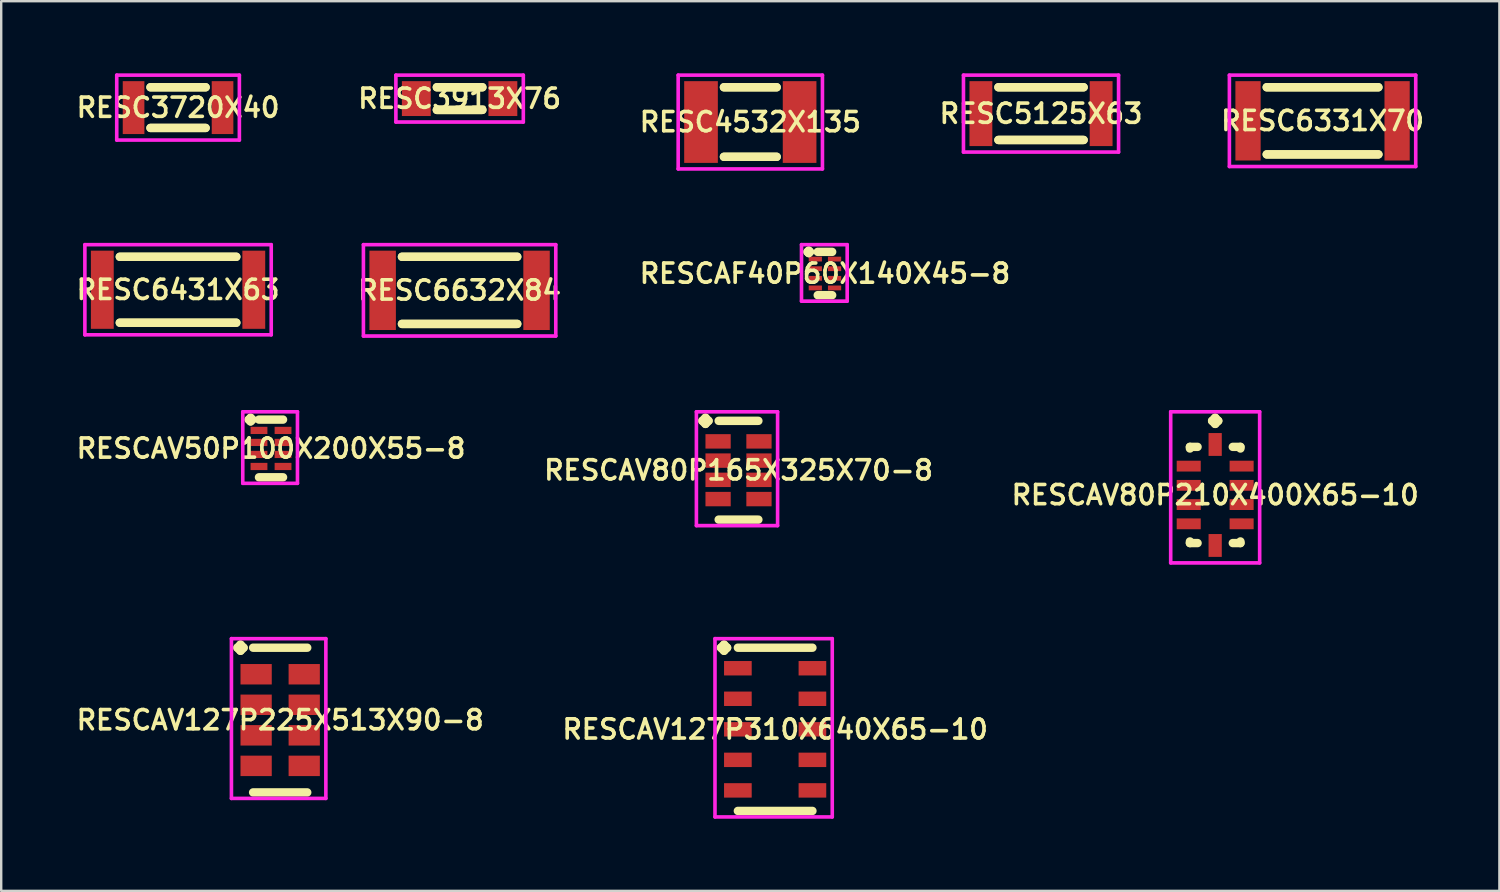
<source format=kicad_pcb>
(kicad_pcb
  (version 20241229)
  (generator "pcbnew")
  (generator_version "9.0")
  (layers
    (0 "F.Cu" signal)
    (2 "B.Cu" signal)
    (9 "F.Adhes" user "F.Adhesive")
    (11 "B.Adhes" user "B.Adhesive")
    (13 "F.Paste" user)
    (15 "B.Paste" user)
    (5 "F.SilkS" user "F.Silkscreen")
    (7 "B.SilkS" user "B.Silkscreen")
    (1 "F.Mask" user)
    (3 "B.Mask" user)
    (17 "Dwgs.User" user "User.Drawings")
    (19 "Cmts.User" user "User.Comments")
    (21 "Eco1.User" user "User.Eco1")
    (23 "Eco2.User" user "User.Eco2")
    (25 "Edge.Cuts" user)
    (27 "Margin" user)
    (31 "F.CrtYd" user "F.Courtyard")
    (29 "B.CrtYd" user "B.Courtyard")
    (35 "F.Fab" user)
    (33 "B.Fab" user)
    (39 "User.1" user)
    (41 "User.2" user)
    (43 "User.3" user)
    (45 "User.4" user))
  (footprint "RESC3720X40"
    (layer "F.Cu")
    (at 4.355 1.425)
    (property "Reference" "RESC3720X40" (at 0 0 0) (layer "F.SilkS") (effects (font (size 0.8 0.8) (thickness 0.15))))
    (attr through_hole)
    (fp_line (start -1.146 -0.846) (end 1.146 -0.846) (stroke (width 0.35) (type solid)) (layer "F.SilkS"))
    (fp_line (start -1.146 0.846) (end 1.146 0.846) (stroke (width 0.35) (type solid)) (layer "F.SilkS"))
    (fp_line (start 1.146 -0.846) (end -1.146 -0.846) (stroke (width 0.35) (type solid)) (layer "F.SilkS"))
    (fp_line (start 1.146 0.846) (end -1.146 0.846) (stroke (width 0.35) (type solid)) (layer "F.SilkS"))
    (fp_line (start -2.55 -1.35) (end 2.55 -1.35) (stroke (width 0.15) (type solid)) (layer "F.CrtYd"))
    (fp_line (start -2.55 1.35) (end -2.55 -1.35) (stroke (width 0.15) (type solid)) (layer "F.CrtYd"))
    (fp_line (start 2.55 -1.35) (end 2.55 1.35) (stroke (width 0.15) (type solid)) (layer "F.CrtYd"))
    (fp_line (start 2.55 1.35) (end -2.55 1.35) (stroke (width 0.15) (type solid)) (layer "F.CrtYd"))
    (pad "1" smd rect (at -1.85 0) (size 0.9 2.2) (layers "F.Cu" "F.Mask" "F.Paste"))
    (pad "2" smd rect (at 1.85 0) (size 0.9 2.2) (layers "F.Cu" "F.Mask" "F.Paste")))
  (footprint "RESC6331X70"
    (layer "F.Cu")
    (at 51.953 1.975)
    (property "Reference" "RESC6331X70" (at 0 0 0) (layer "F.SilkS") (effects (font (size 0.8 0.8) (thickness 0.15))))
    (attr smd)
    (fp_line (start -2.321 -1.396) (end 2.321 -1.396) (stroke (width 0.35) (type solid)) (layer "F.SilkS"))
    (fp_line (start -2.321 1.396) (end 2.321 1.396) (stroke (width 0.35) (type solid)) (layer "F.SilkS"))
    (fp_line (start 2.321 -1.396) (end -2.321 -1.396) (stroke (width 0.35) (type solid)) (layer "F.SilkS"))
    (fp_line (start 2.321 1.396) (end -2.321 1.396) (stroke (width 0.35) (type solid)) (layer "F.SilkS"))
    (fp_line (start -3.875 -1.9) (end 3.875 -1.9) (stroke (width 0.15) (type solid)) (layer "F.CrtYd"))
    (fp_line (start -3.875 1.9) (end -3.875 -1.9) (stroke (width 0.15) (type solid)) (layer "F.CrtYd"))
    (fp_line (start 3.875 -1.9) (end 3.875 1.9) (stroke (width 0.15) (type solid)) (layer "F.CrtYd"))
    (fp_line (start 3.875 1.9) (end -3.875 1.9) (stroke (width 0.15) (type solid)) (layer "F.CrtYd"))
    (pad "1" smd rect (at -3.1 0) (size 1.05 3.3) (layers "F.Cu" "F.Mask" "F.Paste"))
    (pad "2" smd rect (at 3.1 0) (size 1.05 3.3) (layers "F.Cu" "F.Mask" "F.Paste")))
  (footprint "RESCAV127P225X513X90-8"
    (layer "F.Cu")
    (at 8.602 26.896)
    (property "Reference" "RESCAV127P225X513X90-8" (at 0 0 0) (layer "F.SilkS") (effects (font (size 0.8 0.8) (thickness 0.15))))
    (attr smd)
    (fp_line (start -1.777 -3.009) (end -1.65 -3.136) (stroke (width 0.35) (type solid)) (layer "F.SilkS"))
    (fp_line (start -1.65 -3.136) (end -1.523 -3.009) (stroke (width 0.35) (type solid)) (layer "F.SilkS"))
    (fp_line (start -1.65 -2.882) (end -1.777 -3.009) (stroke (width 0.35) (type solid)) (layer "F.SilkS"))
    (fp_line (start -1.523 -3.009) (end -1.65 -2.882) (stroke (width 0.35) (type solid)) (layer "F.SilkS"))
    (fp_line (start -1.125 -3.009) (end 1.125 -3.009) (stroke (width 0.35) (type solid)) (layer "F.SilkS"))
    (fp_line (start -1.125 3.009) (end 1.125 3.009) (stroke (width 0.35) (type solid)) (layer "F.SilkS"))
    (fp_line (start -2.027 -3.386) (end 1.9 -3.386) (stroke (width 0.15) (type solid)) (layer "F.CrtYd"))
    (fp_line (start -2.027 3.259) (end -2.027 -3.386) (stroke (width 0.15) (type solid)) (layer "F.CrtYd"))
    (fp_line (start 1.9 -3.386) (end 1.9 3.259) (stroke (width 0.15) (type solid)) (layer "F.CrtYd"))
    (fp_line (start 1.9 3.259) (end -2.027 3.259) (stroke (width 0.15) (type solid)) (layer "F.CrtYd"))
    (pad "1" smd rect (at -1 -1.905) (size 1.3 0.85) (layers "F.Cu" "F.Mask" "F.Paste"))
    (pad "2" smd rect (at -1 -0.635) (size 1.3 0.85) (layers "F.Cu" "F.Mask" "F.Paste"))
    (pad "3" smd rect (at -1 0.635) (size 1.3 0.85) (layers "F.Cu" "F.Mask" "F.Paste"))
    (pad "4" smd rect (at -1 1.905) (size 1.3 0.85) (layers "F.Cu" "F.Mask" "F.Paste"))
    (pad "5" smd rect (at 1 1.905) (size 1.3 0.85) (layers "F.Cu" "F.Mask" "F.Paste"))
    (pad "6" smd rect (at 1 0.635) (size 1.3 0.85) (layers "F.Cu" "F.Mask" "F.Paste"))
    (pad "7" smd rect (at 1 -0.635) (size 1.3 0.85) (layers "F.Cu" "F.Mask" "F.Paste"))
    (pad "8" smd rect (at 1 -1.905) (size 1.3 0.85) (layers "F.Cu" "F.Mask" "F.Paste")))
  (footprint "RESC5125X63"
    (layer "F.Cu")
    (at 40.244 1.675)
    (property "Reference" "RESC5125X63" (at 0 0 0) (layer "F.SilkS") (effects (font (size 0.8 0.8) (thickness 0.15))))
    (attr smd)
    (fp_line (start -1.771 -1.096) (end 1.771 -1.096) (stroke (width 0.35) (type solid)) (layer "F.SilkS"))
    (fp_line (start -1.771 1.096) (end 1.771 1.096) (stroke (width 0.35) (type solid)) (layer "F.SilkS"))
    (fp_line (start 1.771 -1.096) (end -1.771 -1.096) (stroke (width 0.35) (type solid)) (layer "F.SilkS"))
    (fp_line (start 1.771 1.096) (end -1.771 1.096) (stroke (width 0.35) (type solid)) (layer "F.SilkS"))
    (fp_line (start -3.225 -1.6) (end 3.225 -1.6) (stroke (width 0.15) (type solid)) (layer "F.CrtYd"))
    (fp_line (start -3.225 1.6) (end -3.225 -1.6) (stroke (width 0.15) (type solid)) (layer "F.CrtYd"))
    (fp_line (start 3.225 -1.6) (end 3.225 1.6) (stroke (width 0.15) (type solid)) (layer "F.CrtYd"))
    (fp_line (start 3.225 1.6) (end -3.225 1.6) (stroke (width 0.15) (type solid)) (layer "F.CrtYd"))
    (pad "1" smd rect (at -2.5 0) (size 0.95 2.7) (layers "F.Cu" "F.Mask" "F.Paste"))
    (pad "2" smd rect (at 2.5 0) (size 0.95 2.7) (layers "F.Cu" "F.Mask" "F.Paste")))
  (footprint "RESC3913X76"
    (layer "F.Cu")
    (at 16.064 1.05)
    (property "Reference" "RESC3913X76" (at 0 0 0) (layer "F.SilkS") (effects (font (size 0.8 0.8) (thickness 0.15))))
    (attr smd)
    (fp_line (start -0.946 -0.471) (end 0.946 -0.471) (stroke (width 0.35) (type solid)) (layer "F.SilkS"))
    (fp_line (start -0.946 0.471) (end 0.946 0.471) (stroke (width 0.35) (type solid)) (layer "F.SilkS"))
    (fp_line (start 0.946 -0.471) (end -0.946 -0.471) (stroke (width 0.35) (type solid)) (layer "F.SilkS"))
    (fp_line (start 0.946 0.471) (end -0.946 0.471) (stroke (width 0.35) (type solid)) (layer "F.SilkS"))
    (fp_line (start -2.65 -0.975) (end 2.65 -0.975) (stroke (width 0.15) (type solid)) (layer "F.CrtYd"))
    (fp_line (start -2.65 0.975) (end -2.65 -0.975) (stroke (width 0.15) (type solid)) (layer "F.CrtYd"))
    (fp_line (start 2.65 -0.975) (end 2.65 0.975) (stroke (width 0.15) (type solid)) (layer "F.CrtYd"))
    (fp_line (start 2.65 0.975) (end -2.65 0.975) (stroke (width 0.15) (type solid)) (layer "F.CrtYd"))
    (pad "1" smd rect (at -1.8 0) (size 1.2 1.45) (layers "F.Cu" "F.Mask" "F.Paste"))
    (pad "2" smd rect (at 1.8 0) (size 1.2 1.45) (layers "F.Cu" "F.Mask" "F.Paste")))
  (footprint "RESCAV50P100X200X55-8"
    (layer "F.Cu")
    (at 8.221 15.6)
    (property "Reference" "RESCAV50P100X200X55-8" (at 0 0 0) (layer "F.SilkS") (effects (font (size 0.8 0.8) (thickness 0.15))))
    (attr through_hole)
    (fp_line (start -0.925 -1.2) (end -0.85 -1.275) (stroke (width 0.35) (type solid)) (layer "F.SilkS"))
    (fp_line (start -0.85 -1.275) (end -0.775 -1.2) (stroke (width 0.35) (type solid)) (layer "F.SilkS"))
    (fp_line (start -0.85 -1.125) (end -0.925 -1.2) (stroke (width 0.35) (type solid)) (layer "F.SilkS"))
    (fp_line (start -0.775 -1.2) (end -0.85 -1.125) (stroke (width 0.35) (type solid)) (layer "F.SilkS"))
    (fp_line (start -0.5 -1.2) (end 0.5 -1.2) (stroke (width 0.35) (type solid)) (layer "F.SilkS"))
    (fp_line (start -0.5 1.2) (end 0.5 1.2) (stroke (width 0.35) (type solid)) (layer "F.SilkS"))
    (fp_line (start -1.175 -1.525) (end 1.1 -1.525) (stroke (width 0.15) (type solid)) (layer "F.CrtYd"))
    (fp_line (start -1.175 1.45) (end -1.175 -1.525) (stroke (width 0.15) (type solid)) (layer "F.CrtYd"))
    (fp_line (start 1.1 -1.525) (end 1.1 1.45) (stroke (width 0.15) (type solid)) (layer "F.CrtYd"))
    (fp_line (start 1.1 1.45) (end -1.175 1.45) (stroke (width 0.15) (type solid)) (layer "F.CrtYd"))
    (pad "1" smd rect (at -0.5 -0.75) (size 0.7 0.3) (layers "F.Cu" "F.Mask" "F.Paste"))
    (pad "2" smd rect (at -0.5 -0.25) (size 0.7 0.3) (layers "F.Cu" "F.Mask" "F.Paste"))
    (pad "3" smd rect (at -0.5 0.25) (size 0.7 0.3) (layers "F.Cu" "F.Mask" "F.Paste"))
    (pad "4" smd rect (at -0.5 0.75) (size 0.7 0.3) (layers "F.Cu" "F.Mask" "F.Paste"))
    (pad "5" smd rect (at 0.5 0.75) (size 0.7 0.3) (layers "F.Cu" "F.Mask" "F.Paste"))
    (pad "6" smd rect (at 0.5 0.25) (size 0.7 0.3) (layers "F.Cu" "F.Mask" "F.Paste"))
    (pad "7" smd rect (at 0.5 -0.25) (size 0.7 0.3) (layers "F.Cu" "F.Mask" "F.Paste"))
    (pad "8" smd rect (at 0.5 -0.75) (size 0.7 0.3) (layers "F.Cu" "F.Mask" "F.Paste")))
  (footprint "RESC4532X135"
    (layer "F.Cu")
    (at 28.154 2.025)
    (property "Reference" "RESC4532X135" (at 0 0 0) (layer "F.SilkS") (effects (font (size 0.8 0.8) (thickness 0.15))))
    (attr through_hole)
    (fp_line (start -1.096 -1.446) (end 1.096 -1.446) (stroke (width 0.35) (type solid)) (layer "F.SilkS"))
    (fp_line (start -1.096 1.446) (end 1.096 1.446) (stroke (width 0.35) (type solid)) (layer "F.SilkS"))
    (fp_line (start 1.096 -1.446) (end -1.096 -1.446) (stroke (width 0.35) (type solid)) (layer "F.SilkS"))
    (fp_line (start 1.096 1.446) (end -1.096 1.446) (stroke (width 0.35) (type solid)) (layer "F.SilkS"))
    (fp_line (start -3 -1.95) (end 3 -1.95) (stroke (width 0.15) (type solid)) (layer "F.CrtYd"))
    (fp_line (start -3 1.95) (end -3 -1.95) (stroke (width 0.15) (type solid)) (layer "F.CrtYd"))
    (fp_line (start 3 -1.95) (end 3 1.95) (stroke (width 0.15) (type solid)) (layer "F.CrtYd"))
    (fp_line (start 3 1.95) (end -3 1.95) (stroke (width 0.15) (type solid)) (layer "F.CrtYd"))
    (pad "1" smd rect (at -2.05 0) (size 1.4 3.4) (layers "F.Cu" "F.Mask" "F.Paste"))
    (pad "2" smd rect (at 2.05 0) (size 1.4 3.4) (layers "F.Cu" "F.Mask" "F.Paste")))
  (footprint "RESC6431X63"
    (layer "F.Cu")
    (at 4.355 9)
    (property "Reference" "RESC6431X63" (at 0 0 0) (layer "F.SilkS") (effects (font (size 0.8 0.8) (thickness 0.15))))
    (attr through_hole)
    (fp_line (start -2.421 -1.371) (end 2.421 -1.371) (stroke (width 0.35) (type solid)) (layer "F.SilkS"))
    (fp_line (start -2.421 1.371) (end 2.421 1.371) (stroke (width 0.35) (type solid)) (layer "F.SilkS"))
    (fp_line (start 2.421 -1.371) (end -2.421 -1.371) (stroke (width 0.35) (type solid)) (layer "F.SilkS"))
    (fp_line (start 2.421 1.371) (end -2.421 1.371) (stroke (width 0.35) (type solid)) (layer "F.SilkS"))
    (fp_line (start -3.875 -1.875) (end 3.875 -1.875) (stroke (width 0.15) (type solid)) (layer "F.CrtYd"))
    (fp_line (start -3.875 1.875) (end -3.875 -1.875) (stroke (width 0.15) (type solid)) (layer "F.CrtYd"))
    (fp_line (start 3.875 -1.875) (end 3.875 1.875) (stroke (width 0.15) (type solid)) (layer "F.CrtYd"))
    (fp_line (start 3.875 1.875) (end -3.875 1.875) (stroke (width 0.15) (type solid)) (layer "F.CrtYd"))
    (pad "1" smd rect (at -3.15 0) (size 0.95 3.25) (layers "F.Cu" "F.Mask" "F.Paste"))
    (pad "2" smd rect (at 3.15 0) (size 0.95 3.25) (layers "F.Cu" "F.Mask" "F.Paste")))
  (footprint "RESCAF40P60X140X45-8"
    (layer "F.Cu")
    (at 31.258 8.325)
    (property "Reference" "RESCAF40P60X140X45-8" (at 0 0 0) (layer "F.SilkS") (effects (font (size 0.8 0.8) (thickness 0.15))))
    (attr through_hole)
    (fp_line (start -0.725 -0.9) (end -0.675 -0.95) (stroke (width 0.35) (type solid)) (layer "F.SilkS"))
    (fp_line (start -0.675 -0.95) (end -0.625 -0.9) (stroke (width 0.35) (type solid)) (layer "F.SilkS"))
    (fp_line (start -0.675 -0.85) (end -0.725 -0.9) (stroke (width 0.35) (type solid)) (layer "F.SilkS"))
    (fp_line (start -0.625 -0.9) (end -0.675 -0.85) (stroke (width 0.35) (type solid)) (layer "F.SilkS"))
    (fp_line (start -0.3 -0.9) (end 0.3 -0.9) (stroke (width 0.35) (type solid)) (layer "F.SilkS"))
    (fp_line (start -0.3 0.9) (end 0.3 0.9) (stroke (width 0.35) (type solid)) (layer "F.SilkS"))
    (fp_line (start -0.975 -1.2) (end 0.925 -1.2) (stroke (width 0.15) (type solid)) (layer "F.CrtYd"))
    (fp_line (start -0.975 1.15) (end -0.975 -1.2) (stroke (width 0.15) (type solid)) (layer "F.CrtYd"))
    (fp_line (start 0.925 -1.2) (end 0.925 1.15) (stroke (width 0.15) (type solid)) (layer "F.CrtYd"))
    (fp_line (start 0.925 1.15) (end -0.975 1.15) (stroke (width 0.15) (type solid)) (layer "F.CrtYd"))
    (pad "1" smd rect (at -0.4 -0.6) (size 0.55 0.2) (layers "F.Cu" "F.Mask" "F.Paste"))
    (pad "2" smd rect (at -0.4 -0.2) (size 0.55 0.2) (layers "F.Cu" "F.Mask" "F.Paste"))
    (pad "3" smd rect (at -0.4 0.2) (size 0.55 0.2) (layers "F.Cu" "F.Mask" "F.Paste"))
    (pad "4" smd rect (at -0.4 0.6) (size 0.55 0.2) (layers "F.Cu" "F.Mask" "F.Paste"))
    (pad "5" smd rect (at 0.4 0.6) (size 0.55 0.2) (layers "F.Cu" "F.Mask" "F.Paste"))
    (pad "6" smd rect (at 0.4 0.2) (size 0.55 0.2) (layers "F.Cu" "F.Mask" "F.Paste"))
    (pad "7" smd rect (at 0.4 -0.2) (size 0.55 0.2) (layers "F.Cu" "F.Mask" "F.Paste"))
    (pad "8" smd rect (at 0.4 -0.6) (size 0.55 0.2) (layers "F.Cu" "F.Mask" "F.Paste")))
  (footprint "RESCAV127P310X640X65-10"
    (layer "F.Cu")
    (at 29.187 27.281)
    (property "Reference" "RESCAV127P310X640X65-10" (at 0 0 0) (layer "F.SilkS") (effects (font (size 0.8 0.8) (thickness 0.15))))
    (attr smd)
    (fp_line (start -2.252 -3.394) (end -2.125 -3.521) (stroke (width 0.35) (type solid)) (layer "F.SilkS"))
    (fp_line (start -2.125 -3.521) (end -1.998 -3.394) (stroke (width 0.35) (type solid)) (layer "F.SilkS"))
    (fp_line (start -2.125 -3.267) (end -2.252 -3.394) (stroke (width 0.35) (type solid)) (layer "F.SilkS"))
    (fp_line (start -1.998 -3.394) (end -2.125 -3.267) (stroke (width 0.35) (type solid)) (layer "F.SilkS"))
    (fp_line (start -1.55 -3.394) (end 1.55 -3.394) (stroke (width 0.35) (type solid)) (layer "F.SilkS"))
    (fp_line (start -1.55 3.394) (end 1.55 3.394) (stroke (width 0.35) (type solid)) (layer "F.SilkS"))
    (fp_line (start -2.502 -3.771) (end 2.375 -3.771) (stroke (width 0.15) (type solid)) (layer "F.CrtYd"))
    (fp_line (start -2.502 3.644) (end -2.502 -3.771) (stroke (width 0.15) (type solid)) (layer "F.CrtYd"))
    (fp_line (start 2.375 -3.771) (end 2.375 3.644) (stroke (width 0.15) (type solid)) (layer "F.CrtYd"))
    (fp_line (start 2.375 3.644) (end -2.502 3.644) (stroke (width 0.15) (type solid)) (layer "F.CrtYd"))
    (pad "1" smd rect (at -1.55 -2.54) (size 1.15 0.6) (layers "F.Cu" "F.Mask" "F.Paste"))
    (pad "2" smd rect (at -1.55 -1.27) (size 1.15 0.6) (layers "F.Cu" "F.Mask" "F.Paste"))
    (pad "3" smd rect (at -1.55 0) (size 1.15 0.6) (layers "F.Cu" "F.Mask" "F.Paste"))
    (pad "4" smd rect (at -1.55 1.27) (size 1.15 0.6) (layers "F.Cu" "F.Mask" "F.Paste"))
    (pad "5" smd rect (at -1.55 2.54) (size 1.15 0.6) (layers "F.Cu" "F.Mask" "F.Paste"))
    (pad "6" smd rect (at 1.55 2.54) (size 1.15 0.6) (layers "F.Cu" "F.Mask" "F.Paste"))
    (pad "7" smd rect (at 1.55 1.27) (size 1.15 0.6) (layers "F.Cu" "F.Mask" "F.Paste"))
    (pad "8" smd rect (at 1.55 0) (size 1.15 0.6) (layers "F.Cu" "F.Mask" "F.Paste"))
    (pad "9" smd rect (at 1.55 -1.27) (size 1.15 0.6) (layers "F.Cu" "F.Mask" "F.Paste"))
    (pad "10" smd rect (at 1.55 -2.54) (size 1.15 0.6) (layers "F.Cu" "F.Mask" "F.Paste")))
  (footprint "RESCAV80P210X400X65-10"
    (layer "F.Cu")
    (at 47.487 17.535)
    (property "Reference" "RESCAV80P210X400X65-10" (at 0 0 0) (layer "F.SilkS") (effects (font (size 0.8 0.8) (thickness 0.15))))
    (attr through_hole)
    (fp_line (start -1.05 -2) (end -0.733 -2) (stroke (width 0.35) (type solid)) (layer "F.SilkS"))
    (fp_line (start -1.05 -1.933) (end -1.05 -2) (stroke (width 0.35) (type solid)) (layer "F.SilkS"))
    (fp_line (start -1.05 1.933) (end -1.05 2) (stroke (width 0.35) (type solid)) (layer "F.SilkS"))
    (fp_line (start -1.05 2) (end -0.733 2) (stroke (width 0.35) (type solid)) (layer "F.SilkS"))
    (fp_line (start -0.127 -3.083) (end 0 -3.21) (stroke (width 0.35) (type solid)) (layer "F.SilkS"))
    (fp_line (start 0 -3.21) (end 0.127 -3.083) (stroke (width 0.35) (type solid)) (layer "F.SilkS"))
    (fp_line (start 0 -2.956) (end -0.127 -3.083) (stroke (width 0.35) (type solid)) (layer "F.SilkS"))
    (fp_line (start 0.127 -3.083) (end 0 -2.956) (stroke (width 0.35) (type solid)) (layer "F.SilkS"))
    (fp_line (start 1.05 -2) (end 0.733 -2) (stroke (width 0.35) (type solid)) (layer "F.SilkS"))
    (fp_line (start 1.05 -1.933) (end 1.05 -2) (stroke (width 0.35) (type solid)) (layer "F.SilkS"))
    (fp_line (start 1.05 1.933) (end 1.05 2) (stroke (width 0.35) (type solid)) (layer "F.SilkS"))
    (fp_line (start 1.05 2) (end 0.733 2) (stroke (width 0.35) (type solid)) (layer "F.SilkS"))
    (fp_line (start -1.85 -3.46) (end 1.85 -3.46) (stroke (width 0.15) (type solid)) (layer "F.CrtYd"))
    (fp_line (start -1.85 2.825) (end -1.85 -3.46) (stroke (width 0.15) (type solid)) (layer "F.CrtYd"))
    (fp_line (start 1.85 -3.46) (end 1.85 2.825) (stroke (width 0.15) (type solid)) (layer "F.CrtYd"))
    (fp_line (start 1.85 2.825) (end -1.85 2.825) (stroke (width 0.15) (type solid)) (layer "F.CrtYd"))
    (pad "1" smd rect (at 0 -2.1) (size 0.55 0.95) (layers "F.Cu" "F.Mask" "F.Paste"))
    (pad "2" smd rect (at -1.1 -1.2) (size 1 0.45) (layers "F.Cu" "F.Mask" "F.Paste"))
    (pad "3" smd rect (at -1.1 -0.4) (size 1 0.45) (layers "F.Cu" "F.Mask" "F.Paste"))
    (pad "4" smd rect (at -1.1 0.4) (size 1 0.45) (layers "F.Cu" "F.Mask" "F.Paste"))
    (pad "5" smd rect (at -1.1 1.2) (size 1 0.45) (layers "F.Cu" "F.Mask" "F.Paste"))
    (pad "6" smd rect (at 0 2.1) (size 0.55 0.95) (layers "F.Cu" "F.Mask" "F.Paste"))
    (pad "7" smd rect (at 1.1 1.2) (size 1 0.45) (layers "F.Cu" "F.Mask" "F.Paste"))
    (pad "8" smd rect (at 1.1 0.4) (size 1 0.45) (layers "F.Cu" "F.Mask" "F.Paste"))
    (pad "9" smd rect (at 1.1 -0.4) (size 1 0.45) (layers "F.Cu" "F.Mask" "F.Paste"))
    (pad "10" smd rect (at 1.1 -1.2) (size 1 0.45) (layers "F.Cu" "F.Mask" "F.Paste")))
  (footprint "RESCAV80P165X325X70-8"
    (layer "F.Cu")
    (at 27.664 16.506)
    (property "Reference" "RESCAV80P165X325X70-8" (at 0 0 0) (layer "F.SilkS") (effects (font (size 0.8 0.8) (thickness 0.15))))
    (attr through_hole)
    (fp_line (start -1.502 -2.054) (end -1.375 -2.181) (stroke (width 0.35) (type solid)) (layer "F.SilkS"))
    (fp_line (start -1.375 -2.181) (end -1.248 -2.054) (stroke (width 0.35) (type solid)) (layer "F.SilkS"))
    (fp_line (start -1.375 -1.927) (end -1.502 -2.054) (stroke (width 0.35) (type solid)) (layer "F.SilkS"))
    (fp_line (start -1.248 -2.054) (end -1.375 -1.927) (stroke (width 0.35) (type solid)) (layer "F.SilkS"))
    (fp_line (start -0.825 -2.054) (end 0.825 -2.054) (stroke (width 0.35) (type solid)) (layer "F.SilkS"))
    (fp_line (start -0.825 2.054) (end 0.825 2.054) (stroke (width 0.35) (type solid)) (layer "F.SilkS"))
    (fp_line (start -1.752 -2.431) (end 1.625 -2.431) (stroke (width 0.15) (type solid)) (layer "F.CrtYd"))
    (fp_line (start -1.752 2.304) (end -1.752 -2.431) (stroke (width 0.15) (type solid)) (layer "F.CrtYd"))
    (fp_line (start 1.625 -2.431) (end 1.625 2.304) (stroke (width 0.15) (type solid)) (layer "F.CrtYd"))
    (fp_line (start 1.625 2.304) (end -1.752 2.304) (stroke (width 0.15) (type solid)) (layer "F.CrtYd"))
    (pad "1" smd rect (at -0.85 -1.2) (size 1.05 0.6) (layers "F.Cu" "F.Mask" "F.Paste"))
    (pad "2" smd rect (at -0.85 -0.4) (size 1.05 0.6) (layers "F.Cu" "F.Mask" "F.Paste"))
    (pad "3" smd rect (at -0.85 0.4) (size 1.05 0.6) (layers "F.Cu" "F.Mask" "F.Paste"))
    (pad "4" smd rect (at -0.85 1.2) (size 1.05 0.6) (layers "F.Cu" "F.Mask" "F.Paste"))
    (pad "5" smd rect (at 0.85 1.2) (size 1.05 0.6) (layers "F.Cu" "F.Mask" "F.Paste"))
    (pad "6" smd rect (at 0.85 0.4) (size 1.05 0.6) (layers "F.Cu" "F.Mask" "F.Paste"))
    (pad "7" smd rect (at 0.85 -0.4) (size 1.05 0.6) (layers "F.Cu" "F.Mask" "F.Paste"))
    (pad "8" smd rect (at 0.85 -1.2) (size 1.05 0.6) (layers "F.Cu" "F.Mask" "F.Paste")))
  (footprint "RESC6632X84"
    (layer "F.Cu")
    (at 16.064 9.025)
    (property "Reference" "RESC6632X84" (at 0 0 0) (layer "F.SilkS") (effects (font (size 0.8 0.8) (thickness 0.15))))
    (attr through_hole)
    (fp_line (start -2.396 -1.396) (end 2.396 -1.396) (stroke (width 0.35) (type solid)) (layer "F.SilkS"))
    (fp_line (start -2.396 1.396) (end 2.396 1.396) (stroke (width 0.35) (type solid)) (layer "F.SilkS"))
    (fp_line (start 2.396 -1.396) (end -2.396 -1.396) (stroke (width 0.35) (type solid)) (layer "F.SilkS"))
    (fp_line (start 2.396 1.396) (end -2.396 1.396) (stroke (width 0.35) (type solid)) (layer "F.SilkS"))
    (fp_line (start -4 -1.9) (end 4 -1.9) (stroke (width 0.15) (type solid)) (layer "F.CrtYd"))
    (fp_line (start -4 1.9) (end -4 -1.9) (stroke (width 0.15) (type solid)) (layer "F.CrtYd"))
    (fp_line (start 4 -1.9) (end 4 1.9) (stroke (width 0.15) (type solid)) (layer "F.CrtYd"))
    (fp_line (start 4 1.9) (end -4 1.9) (stroke (width 0.15) (type solid)) (layer "F.CrtYd"))
    (pad "1" smd rect (at -3.2 0) (size 1.1 3.3) (layers "F.Cu" "F.Mask" "F.Paste"))
    (pad "2" smd rect (at 3.2 0) (size 1.1 3.3) (layers "F.Cu" "F.Mask" "F.Paste")))
  (gr_rect
    (start -3 -3)
    (end 59.307 34)
    (stroke (width 0.1) (type default))
    (fill no)
    (layer "Edge.Cuts")))
</source>
